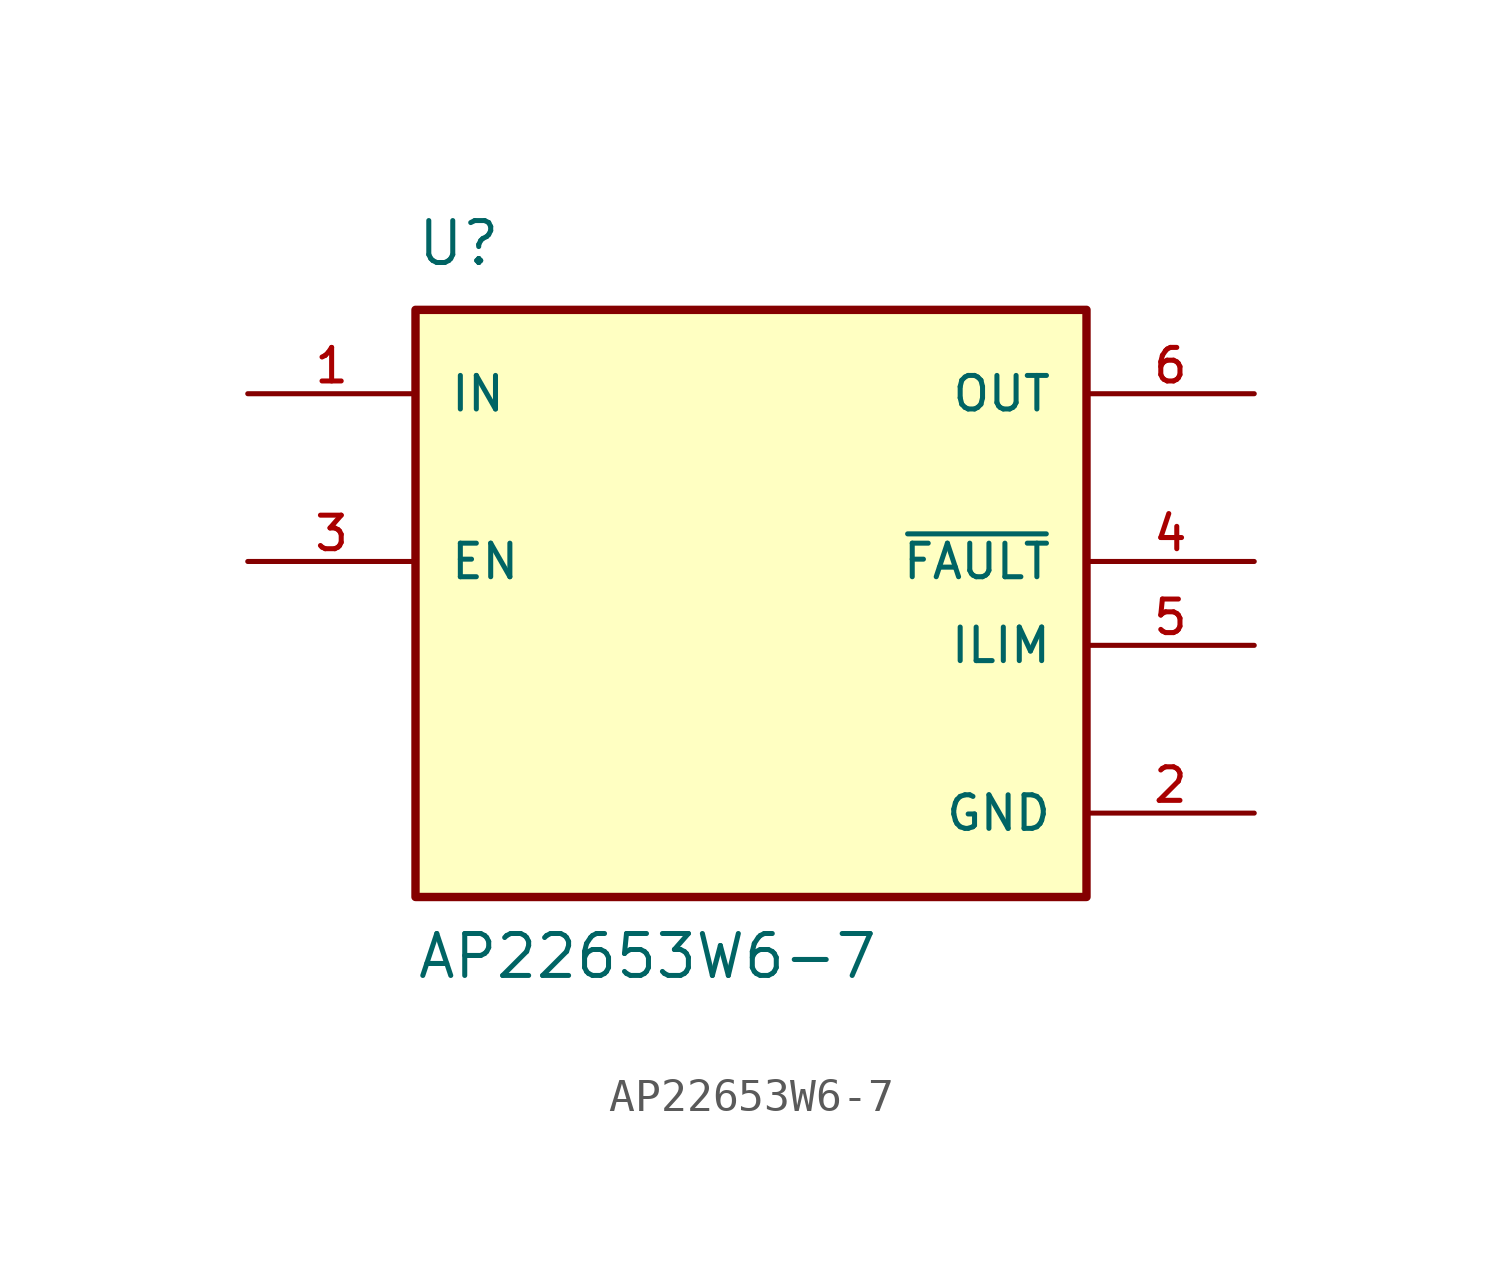
<source format=kicad_sym>
(kicad_symbol_lib
  (version 20211014)
  (generator kicad_symbol_editor)
  (symbol "AP22653W6-7"
    (pin_names
      (offset 1.016))
    (property "Reference" "U"
      (at -10.16 8.89 0)
      (effects (font (size 1.27 1.27)) (justify bottom left)))
    (property "Value" "AP22653W6-7"
      (at -10.16 -12.7 0)
      (effects (font (size 1.27 1.27)) (justify bottom left)))
    (symbol "AP22653W6-7_0_0"
      (rectangle (start -10.16 -10.16) (end 10.16 7.62) (stroke (width 0.254)) (fill (type background)))
      (pin input line (at -15.24 5.08 0) (length 5.08) (name "IN" (effects (font (size 1.016 1.016)))) (number "1" (effects (font (size 1.016 1.016)))))
      (pin power_in line (at 15.24 -7.62 180.0) (length 5.08) (name "GND" (effects (font (size 1.016 1.016)))) (number "2" (effects (font (size 1.016 1.016)))))
      (pin input line (at -15.24 0.0 0) (length 5.08) (name "EN" (effects (font (size 1.016 1.016)))) (number "3" (effects (font (size 1.016 1.016)))))
      (pin output line (at 15.24 0.0 180.0) (length 5.08) (name "~{FAULT}" (effects (font (size 1.016 1.016)))) (number "4" (effects (font (size 1.016 1.016)))))
      (pin output line (at 15.24 -2.54 180.0) (length 5.08) (name "ILIM" (effects (font (size 1.016 1.016)))) (number "5" (effects (font (size 1.016 1.016)))))
      (pin output line (at 15.24 5.08 180.0) (length 5.08) (name "OUT" (effects (font (size 1.016 1.016)))) (number "6" (effects (font (size 1.016 1.016))))))))
</source>
